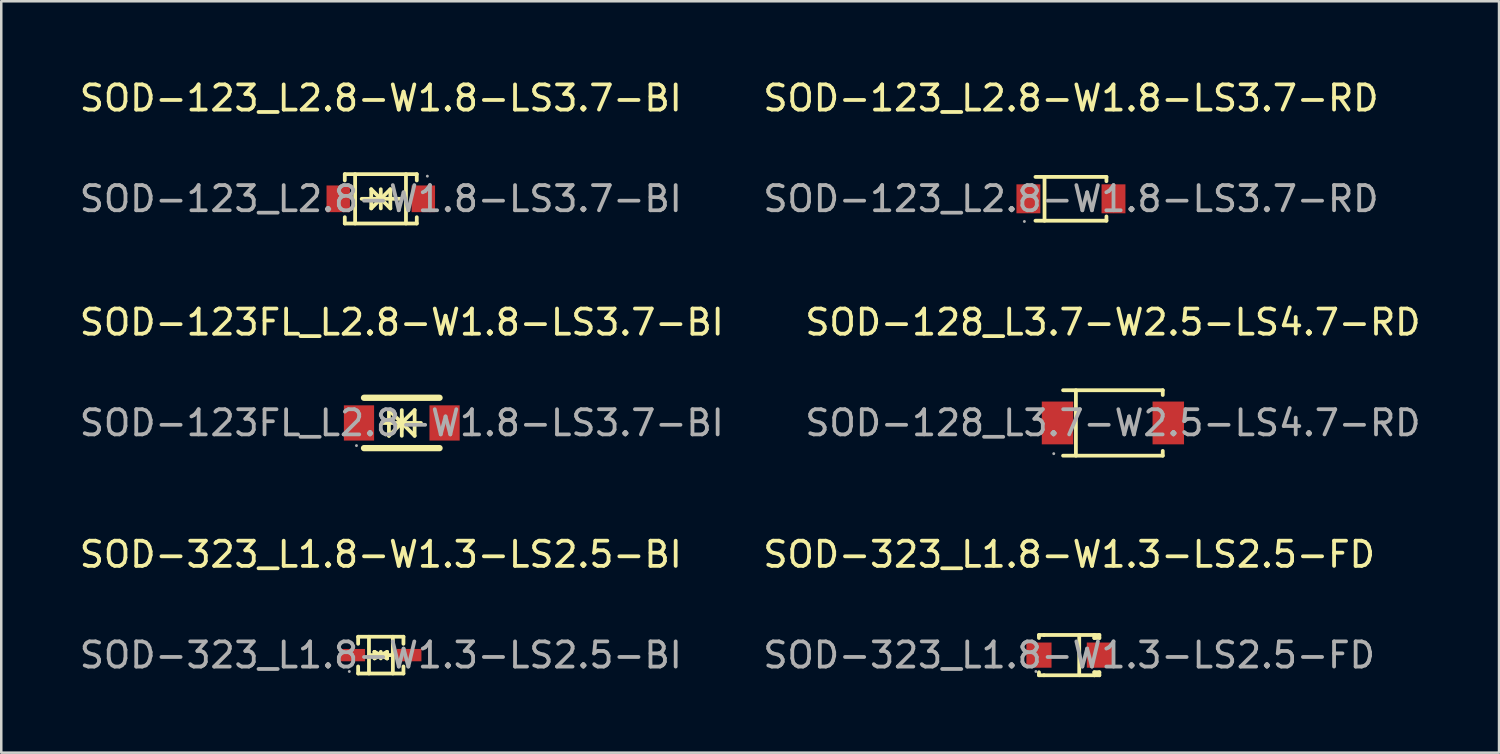
<source format=kicad_pcb>
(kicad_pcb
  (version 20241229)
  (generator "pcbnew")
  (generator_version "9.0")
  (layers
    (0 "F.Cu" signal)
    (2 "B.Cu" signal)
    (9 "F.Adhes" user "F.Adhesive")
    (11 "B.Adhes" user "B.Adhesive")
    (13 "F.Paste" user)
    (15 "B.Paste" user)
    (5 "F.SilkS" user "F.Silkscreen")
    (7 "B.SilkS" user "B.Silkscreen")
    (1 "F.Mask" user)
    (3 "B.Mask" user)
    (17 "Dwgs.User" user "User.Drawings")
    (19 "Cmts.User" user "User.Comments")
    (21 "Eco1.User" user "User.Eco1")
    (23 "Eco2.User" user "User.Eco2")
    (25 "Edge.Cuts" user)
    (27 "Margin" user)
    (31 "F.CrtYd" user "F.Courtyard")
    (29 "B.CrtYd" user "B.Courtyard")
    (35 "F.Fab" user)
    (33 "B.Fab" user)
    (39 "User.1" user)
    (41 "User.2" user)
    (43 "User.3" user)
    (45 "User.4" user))
  (footprint "SOD-323_L1.8-W1.3-LS2.5-FD"
    (layer "F.Cu")
    (at 39.423 22.975)
    (property "Reference" "SOD-323_L1.8-W1.3-LS2.5-FD" (at 0 -4 0) (layer "F.SilkS") (effects (font (size 1 1) (thickness 0.15))))
    (attr through_hole)
    (fp_line (start -1.2 -0.8) (end -1.2 -0.68) (stroke (width 0.15) (type solid)) (layer "F.SilkS"))
    (fp_line (start -1.2 0.68) (end -1.2 0.8) (stroke (width 0.15) (type solid)) (layer "F.SilkS"))
    (fp_line (start -1.2 0.8) (end -1 0.8) (stroke (width 0.15) (type solid)) (layer "F.SilkS"))
    (fp_line (start -1 -0.8) (end -1.2 -0.8) (stroke (width 0.15) (type solid)) (layer "F.SilkS"))
    (fp_line (start -1 -0.8) (end 1 -0.8) (stroke (width 0.15) (type solid)) (layer "F.SilkS"))
    (fp_line (start -1 0.8) (end 1 0.8) (stroke (width 0.15) (type solid)) (layer "F.SilkS"))
    (fp_line (start 0.4 -0.8) (end 0.4 0.8) (stroke (width 0.15) (type solid)) (layer "F.SilkS"))
    (fp_line (start 1 -0.8) (end 1 -0.68) (stroke (width 0.15) (type solid)) (layer "F.SilkS"))
    (fp_line (start 1 -0.8) (end 1.2 -0.8) (stroke (width 0.15) (type solid)) (layer "F.SilkS"))
    (fp_line (start 1 0.68) (end 1 0.8) (stroke (width 0.15) (type solid)) (layer "F.SilkS"))
    (fp_line (start 1 0.68) (end 1.2 0.68) (stroke (width 0.15) (type solid)) (layer "F.SilkS"))
    (fp_line (start 1.2 -0.8) (end 1.2 -0.68) (stroke (width 0.15) (type solid)) (layer "F.SilkS"))
    (fp_line (start 1.2 -0.68) (end 1 -0.68) (stroke (width 0.15) (type solid)) (layer "F.SilkS"))
    (fp_line (start 1.2 0.68) (end 1.2 0.8) (stroke (width 0.15) (type solid)) (layer "F.SilkS"))
    (fp_line (start 1.2 0.8) (end 1 0.8) (stroke (width 0.15) (type solid)) (layer "F.SilkS"))
    (fp_circle (center -1.32 0.65) (end -1.29 0.65) (stroke (width 0.06) (type solid)) (fill no) (layer "F.Fab"))
    (fp_text user "${REFERENCE}" (at 0 0 0) (layer "F.Fab") (effects (font (size 1 1) (thickness 0.15))))
    (pad "1" smd rect (at -1.2 0 180) (size 1 1) (layers "F.Cu" "F.Mask" "F.Paste"))
    (pad "2" smd rect (at 1.2 0 180) (size 1 1) (layers "F.Cu" "F.Mask" "F.Paste")))
  (footprint "SOD-123_L2.8-W1.8-LS3.7-BI"
    (layer "F.Cu")
    (at 12.077 4.848)
    (property "Reference" "SOD-123_L2.8-W1.8-LS3.7-BI" (at 0 -4 0) (layer "F.SilkS") (effects (font (size 1 1) (thickness 0.15))))
    (attr through_hole)
    (fp_line (start -1.43 -0.98) (end -1.43 -0.73) (stroke (width 0.15) (type solid)) (layer "F.SilkS"))
    (fp_line (start -1.43 -0.98) (end 1.43 -0.98) (stroke (width 0.15) (type solid)) (layer "F.SilkS"))
    (fp_line (start -1.43 0.98) (end -1.43 0.73) (stroke (width 0.15) (type solid)) (layer "F.SilkS"))
    (fp_line (start -1.43 0.98) (end 1.43 0.98) (stroke (width 0.15) (type solid)) (layer "F.SilkS"))
    (fp_line (start -1.02 -0.98) (end -1.02 0.98) (stroke (width 0.15) (type solid)) (layer "F.SilkS"))
    (fp_line (start -0.76 0) (end 0.76 0) (stroke (width 0.15) (type solid)) (layer "F.SilkS"))
    (fp_line (start -0.38 -0.38) (end 0 0) (stroke (width 0.15) (type solid)) (layer "F.SilkS"))
    (fp_line (start -0.38 0.38) (end -0.38 -0.38) (stroke (width 0.15) (type solid)) (layer "F.SilkS"))
    (fp_line (start 0 -0.38) (end 0 0.38) (stroke (width 0.15) (type solid)) (layer "F.SilkS"))
    (fp_line (start 0 0) (end -0.38 0.38) (stroke (width 0.15) (type solid)) (layer "F.SilkS"))
    (fp_line (start 0 0) (end 0.38 -0.38) (stroke (width 0.15) (type solid)) (layer "F.SilkS"))
    (fp_line (start 0.38 -0.38) (end 0.38 0.38) (stroke (width 0.15) (type solid)) (layer "F.SilkS"))
    (fp_line (start 0.38 0.38) (end 0 0) (stroke (width 0.15) (type solid)) (layer "F.SilkS"))
    (fp_line (start 1 -0.98) (end 1 0.98) (stroke (width 0.15) (type solid)) (layer "F.SilkS"))
    (fp_line (start 1.43 -0.98) (end 1.43 -0.73) (stroke (width 0.15) (type solid)) (layer "F.SilkS"))
    (fp_line (start 1.43 0.98) (end 1.43 0.73) (stroke (width 0.15) (type solid)) (layer "F.SilkS"))
    (fp_circle (center 1.85 -0.9) (end 1.88 -0.9) (stroke (width 0.06) (type solid)) (fill no) (layer "F.Fab"))
    (fp_text user "${REFERENCE}" (at 0 0 0) (layer "F.Fab") (effects (font (size 1 1) (thickness 0.15))))
    (pad "1" smd rect (at 1.69 0 180) (size 0.93 1.06) (layers "F.Cu" "F.Mask" "F.Paste"))
    (pad "2" smd rect (at -1.69 0 180) (size 0.93 1.06) (layers "F.Cu" "F.Mask" "F.Paste")))
  (footprint "SOD-123FL_L2.8-W1.8-LS3.7-BI"
    (layer "F.Cu")
    (at 12.911 13.752)
    (property "Reference" "SOD-123FL_L2.8-W1.8-LS3.7-BI" (at 0 -4 0) (layer "F.SilkS") (effects (font (size 1 1) (thickness 0.15))))
    (attr through_hole)
    (fp_line (start -1.5 -1) (end 1.5 -1) (stroke (width 0.25) (type solid)) (layer "F.SilkS"))
    (fp_line (start -1.5 1) (end 1.5 1) (stroke (width 0.25) (type solid)) (layer "F.SilkS"))
    (fp_line (start -0.76 0) (end 0.76 0) (stroke (width 0.15) (type solid)) (layer "F.SilkS"))
    (fp_line (start -0.51 -0.51) (end -0.51 0.51) (stroke (width 0.15) (type solid)) (layer "F.SilkS"))
    (fp_line (start 0 -0.51) (end 0 0.51) (stroke (width 0.15) (type solid)) (layer "F.SilkS"))
    (fp_line (start 0 0) (end -0.51 -0.51) (stroke (width 0.15) (type solid)) (layer "F.SilkS"))
    (fp_line (start 0 0) (end -0.51 0.51) (stroke (width 0.15) (type solid)) (layer "F.SilkS"))
    (fp_line (start 0 0) (end 0.51 -0.51) (stroke (width 0.15) (type solid)) (layer "F.SilkS"))
    (fp_line (start 0 0) (end 0.51 0.51) (stroke (width 0.15) (type solid)) (layer "F.SilkS"))
    (fp_line (start 0 0.25) (end 0 -0.25) (stroke (width 0.15) (type solid)) (layer "F.SilkS"))
    (fp_line (start 0.51 0.51) (end 0.51 -0.51) (stroke (width 0.15) (type solid)) (layer "F.SilkS"))
    (fp_circle (center -1.8 0.9) (end -1.77 0.9) (stroke (width 0.06) (type solid)) (fill no) (layer "F.Fab"))
    (fp_text user "${REFERENCE}" (at 0 0 0) (layer "F.Fab") (effects (font (size 1 1) (thickness 0.15))))
    (pad "1" smd rect (at -1.7 0) (size 1.2 1.4) (layers "F.Cu" "F.Mask" "F.Paste"))
    (pad "2" smd rect (at 1.7 0) (size 1.2 1.4) (layers "F.Cu" "F.Mask" "F.Paste")))
  (footprint "SOD-323_L1.8-W1.3-LS2.5-BI"
    (layer "F.Cu")
    (at 12.077 22.975)
    (property "Reference" "SOD-323_L1.8-W1.3-LS2.5-BI" (at 0 -4 0) (layer "F.SilkS") (effects (font (size 1 1) (thickness 0.15))))
    (attr through_hole)
    (fp_line (start -0.9 -0.73) (end -0.9 -0.45) (stroke (width 0.15) (type solid)) (layer "F.SilkS"))
    (fp_line (start -0.9 0.73) (end -0.9 0.45) (stroke (width 0.15) (type solid)) (layer "F.SilkS"))
    (fp_line (start -0.47 0) (end 0.48 0) (stroke (width 0.15) (type solid)) (layer "F.SilkS"))
    (fp_line (start -0.47 0.73) (end -0.47 -0.73) (stroke (width 0.15) (type solid)) (layer "F.SilkS"))
    (fp_line (start -0.25 -0.13) (end -0.25 -0.13) (stroke (width 0.15) (type solid)) (layer "F.SilkS"))
    (fp_line (start -0.25 -0.13) (end 0 0) (stroke (width 0.15) (type solid)) (layer "F.SilkS"))
    (fp_line (start -0.25 0.13) (end -0.25 -0.13) (stroke (width 0.15) (type solid)) (layer "F.SilkS"))
    (fp_line (start -0.13 0) (end 0 0) (stroke (width 0.15) (type solid)) (layer "F.SilkS"))
    (fp_line (start 0 -0.13) (end 0 0.13) (stroke (width 0.15) (type solid)) (layer "F.SilkS"))
    (fp_line (start 0 0) (end -0.25 0.13) (stroke (width 0.15) (type solid)) (layer "F.SilkS"))
    (fp_line (start 0 0) (end 0.25 -0.13) (stroke (width 0.15) (type solid)) (layer "F.SilkS"))
    (fp_line (start 0.13 0) (end 0 0) (stroke (width 0.15) (type solid)) (layer "F.SilkS"))
    (fp_line (start 0.25 -0.13) (end 0.25 0.13) (stroke (width 0.15) (type solid)) (layer "F.SilkS"))
    (fp_line (start 0.25 0.13) (end 0 0) (stroke (width 0.15) (type solid)) (layer "F.SilkS"))
    (fp_line (start 0.25 0.13) (end 0.25 0.13) (stroke (width 0.15) (type solid)) (layer "F.SilkS"))
    (fp_line (start 0.48 0.73) (end 0.48 -0.73) (stroke (width 0.15) (type solid)) (layer "F.SilkS"))
    (fp_line (start 0.9 -0.73) (end -0.9 -0.73) (stroke (width 0.15) (type solid)) (layer "F.SilkS"))
    (fp_line (start 0.9 -0.73) (end 0.9 -0.45) (stroke (width 0.15) (type solid)) (layer "F.SilkS"))
    (fp_line (start 0.9 0.73) (end -0.9 0.73) (stroke (width 0.15) (type solid)) (layer "F.SilkS"))
    (fp_line (start 0.9 0.73) (end 0.9 0.45) (stroke (width 0.15) (type solid)) (layer "F.SilkS"))
    (fp_circle (center -1.25 0.65) (end -1.22 0.65) (stroke (width 0.06) (type solid)) (fill no) (layer "F.Fab"))
    (fp_text user "${REFERENCE}" (at 0 0 0) (layer "F.Fab") (effects (font (size 1 1) (thickness 0.15))))
    (pad "1" smd rect (at -1.12 0) (size 0.99 0.49) (layers "F.Cu" "F.Mask" "F.Paste"))
    (pad "2" smd rect (at 1.12 0) (size 0.99 0.49) (layers "F.Cu" "F.Mask" "F.Paste")))
  (footprint "SOD-128_L3.7-W2.5-LS4.7-RD"
    (layer "F.Cu")
    (at 41.161 13.752)
    (property "Reference" "SOD-128_L3.7-W2.5-LS4.7-RD" (at 0 -4 0) (layer "F.SilkS") (effects (font (size 1 1) (thickness 0.15))))
    (attr through_hole)
    (fp_line (start -1.98 -1.3) (end 1.98 -1.3) (stroke (width 0.15) (type solid)) (layer "F.SilkS"))
    (fp_line (start -1.98 1.3) (end 1.98 1.3) (stroke (width 0.15) (type solid)) (layer "F.SilkS"))
    (fp_line (start -1.47 -1.3) (end -1.47 1.3) (stroke (width 0.15) (type solid)) (layer "F.SilkS"))
    (fp_line (start 1.98 -1.3) (end 1.98 -1.11) (stroke (width 0.15) (type solid)) (layer "F.SilkS"))
    (fp_line (start 1.98 1.3) (end 1.98 1.11) (stroke (width 0.15) (type solid)) (layer "F.SilkS"))
    (fp_circle (center -2.35 1.22) (end -2.32 1.22) (stroke (width 0.06) (type solid)) (fill no) (layer "F.Fab"))
    (fp_text user "${REFERENCE}" (at 0 0 0) (layer "F.Fab") (effects (font (size 1 1) (thickness 0.15))))
    (pad "1" smd rect (at -2.2 0 180) (size 1.25 1.7) (layers "F.Cu" "F.Mask" "F.Paste"))
    (pad "2" smd rect (at 2.2 0 180) (size 1.25 1.7) (layers "F.Cu" "F.Mask" "F.Paste")))
  (footprint "SOD-123_L2.8-W1.8-LS3.7-RD"
    (layer "F.Cu")
    (at 39.494 4.848)
    (property "Reference" "SOD-123_L2.8-W1.8-LS3.7-RD" (at 0 -4 0) (layer "F.SilkS") (effects (font (size 1 1) (thickness 0.15))))
    (attr through_hole)
    (fp_line (start -1.41 -0.87) (end 1.41 -0.87) (stroke (width 0.15) (type solid)) (layer "F.SilkS"))
    (fp_line (start -1.41 0.87) (end 1.41 0.87) (stroke (width 0.15) (type solid)) (layer "F.SilkS"))
    (fp_line (start -1.05 -0.87) (end -1.05 0.87) (stroke (width 0.15) (type solid)) (layer "F.SilkS"))
    (fp_line (start 1.41 -0.87) (end 1.41 -0.7) (stroke (width 0.15) (type solid)) (layer "F.SilkS"))
    (fp_line (start 1.41 0.87) (end 1.41 0.7) (stroke (width 0.15) (type solid)) (layer "F.SilkS"))
    (fp_circle (center -1.85 0.9) (end -1.82 0.9) (stroke (width 0.06) (type solid)) (fill no) (layer "F.Fab"))
    (fp_text user "${REFERENCE}" (at 0 0 0) (layer "F.Fab") (effects (font (size 1 1) (thickness 0.15))))
    (pad "1" smd rect (at -1.69 0) (size 0.95 1.15) (layers "F.Cu" "F.Mask" "F.Paste"))
    (pad "2" smd rect (at 1.69 0) (size 0.95 1.15) (layers "F.Cu" "F.Mask" "F.Paste")))
  (gr_rect
    (start -3 -3)
    (end 56.5 26.85)
    (stroke (width 0.1) (type default))
    (fill no)
    (layer "Edge.Cuts")))
</source>
